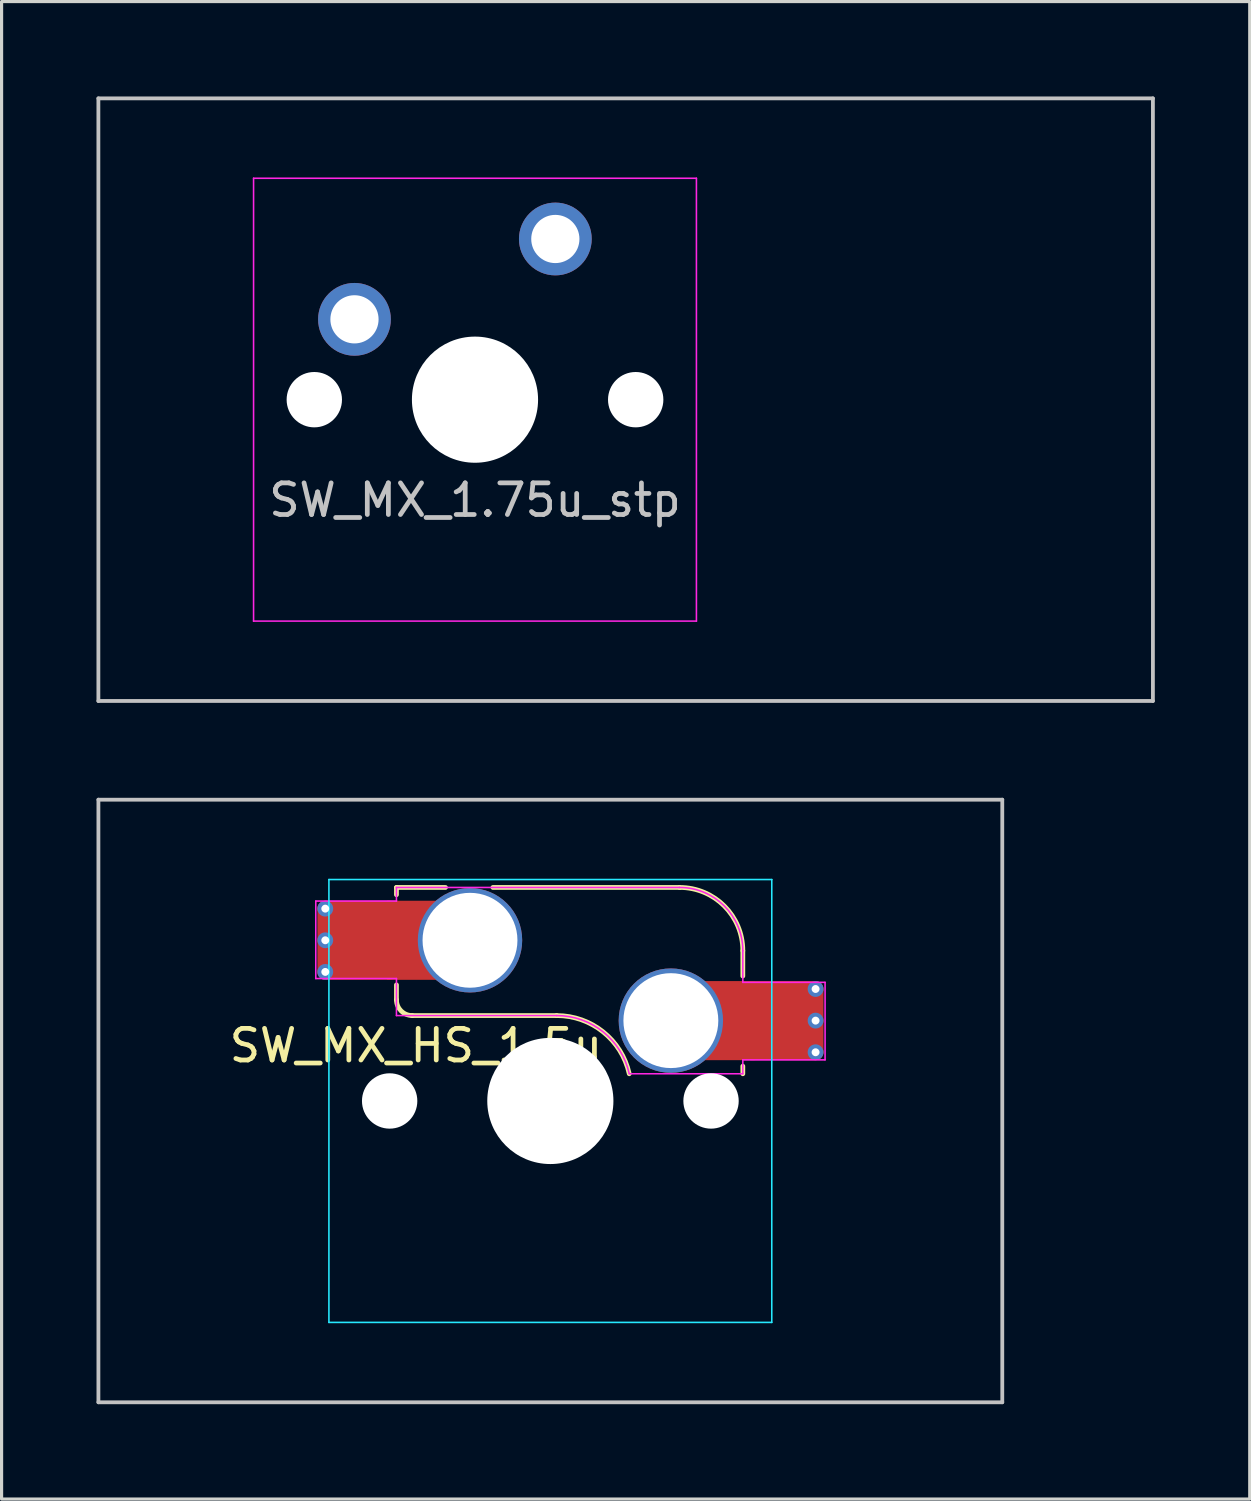
<source format=kicad_pcb>
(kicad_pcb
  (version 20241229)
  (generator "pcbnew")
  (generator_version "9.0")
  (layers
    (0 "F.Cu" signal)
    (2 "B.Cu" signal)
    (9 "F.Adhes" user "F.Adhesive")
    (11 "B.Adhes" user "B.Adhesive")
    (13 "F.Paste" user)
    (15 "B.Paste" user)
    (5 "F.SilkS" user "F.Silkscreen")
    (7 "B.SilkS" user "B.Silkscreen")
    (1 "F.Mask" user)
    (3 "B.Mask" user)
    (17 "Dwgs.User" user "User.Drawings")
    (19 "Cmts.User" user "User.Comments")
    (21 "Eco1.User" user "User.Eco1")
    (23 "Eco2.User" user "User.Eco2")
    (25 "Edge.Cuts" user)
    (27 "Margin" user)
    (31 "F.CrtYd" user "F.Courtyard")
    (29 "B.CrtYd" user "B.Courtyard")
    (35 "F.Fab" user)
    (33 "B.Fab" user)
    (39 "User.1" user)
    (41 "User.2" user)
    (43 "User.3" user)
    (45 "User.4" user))
  (footprint "SW_MX_1.75u_stp"
    (layer "F.Cu")
    (at 11.966 9.585)
    (property "Reference" "SW_MX_1.75u_stp" (at 0 3.175 0) (layer "Dwgs.User") (effects (font (size 1 1) (thickness 0.15))))
    (attr through_hole exclude_from_pos_files exclude_from_bom)
    (fp_line (start -11.906 -9.525) (end -11.906 9.525) (stroke (width 0.12) (type solid)) (layer "Dwgs.User"))
    (fp_line (start -11.906 9.525) (end 21.431 9.525) (stroke (width 0.12) (type solid)) (layer "Dwgs.User"))
    (fp_line (start 21.431 -9.525) (end -11.906 -9.525) (stroke (width 0.12) (type solid)) (layer "Dwgs.User"))
    (fp_line (start 21.431 9.525) (end 21.431 -9.525) (stroke (width 0.12) (type solid)) (layer "Dwgs.User"))
    (fp_line (start -7 6.5) (end -7 -6.5) (stroke (width 0.05) (type solid)) (layer "Eco2.User"))
    (fp_line (start -6.5 -7) (end 6.5 -7) (stroke (width 0.05) (type solid)) (layer "Eco2.User"))
    (fp_line (start 6.5 7) (end -6.5 7) (stroke (width 0.05) (type solid)) (layer "Eco2.User"))
    (fp_line (start 7 -6.5) (end 7 6.5) (stroke (width 0.05) (type solid)) (layer "Eco2.User"))
    (fp_arc (start -7 -6.5) (mid -6.853553 -6.853553) (end -6.5 -7) (stroke (width 0.05) (type solid)) (layer "Eco2.User"))
    (fp_arc (start -6.5 7) (mid -6.853553 6.853553) (end -7 6.5) (stroke (width 0.05) (type solid)) (layer "Eco2.User"))
    (fp_arc (start 6.5 -7) (mid 6.853553 -6.853553) (end 7 -6.5) (stroke (width 0.05) (type solid)) (layer "Eco2.User"))
    (fp_arc (start 6.997236 6.498884) (mid 6.850789 6.852437) (end 6.497236 6.998884) (stroke (width 0.05) (type solid)) (layer "Eco2.User"))
    (fp_line (start -7 -7) (end -7 7) (stroke (width 0.05) (type solid)) (layer "F.CrtYd"))
    (fp_line (start -7 7) (end 7 7) (stroke (width 0.05) (type solid)) (layer "F.CrtYd"))
    (fp_line (start 7 -7) (end -7 -7) (stroke (width 0.05) (type solid)) (layer "F.CrtYd"))
    (fp_line (start 7 7) (end 7 -7) (stroke (width 0.05) (type solid)) (layer "F.CrtYd"))
    (pad "" np_thru_hole circle (at -5.08 0) (size 1.75 1.75) (drill 1.75) (layers "*.Cu" "*.Mask"))
    (pad "" np_thru_hole circle (at 0 0) (size 3.988 3.988) (drill 3.988) (layers "*.Cu" "*.Mask"))
    (pad "" np_thru_hole circle (at 5.08 0) (size 1.75 1.75) (drill 1.75) (layers "*.Cu" "*.Mask"))
    (pad "1" thru_hole circle (at -3.81 -2.54) (size 2.3 2.3) (drill 1.524) (layers "*.Cu" "B.Mask"))
    (pad "2" thru_hole circle (at 2.54 -5.08) (size 2.3 2.3) (drill 1.524) (layers "*.Cu" "B.Mask")))
  (footprint "SW_MX_HS_1.5u"
    (layer "F.Cu")
    (at 14.348 31.755)
    (property "Reference" "SW_MX_HS_1.5u" (at -4.25 -1.75 0) (layer "F.SilkS") (effects (font (size 1 1) (thickness 0.15))))
    (attr smd)
    (fp_line (start -4.865 -6.75) (end -4.865 -6.52) (stroke (width 0.15) (type solid)) (layer "F.SilkS"))
    (fp_line (start -4.865 -3.67) (end -4.865 -3.2) (stroke (width 0.15) (type solid)) (layer "F.SilkS"))
    (fp_line (start -4.365 -2.7) (end 0.2 -2.7) (stroke (width 0.15) (type solid)) (layer "F.SilkS"))
    (fp_line (start -3.315 -6.75) (end -4.865 -6.75) (stroke (width 0.15) (type solid)) (layer "F.SilkS"))
    (fp_line (start 4.085 -6.75) (end -1.815 -6.75) (stroke (width 0.15) (type solid)) (layer "F.SilkS"))
    (fp_line (start 6.085 -3.95) (end 6.085 -4.75) (stroke (width 0.15) (type solid)) (layer "F.SilkS"))
    (fp_line (start 6.085 -1.1) (end 6.085 -0.86) (stroke (width 0.15) (type solid)) (layer "F.SilkS"))
    (fp_arc (start -4.364824 -2.70022) (mid -4.718377 -2.846667) (end -4.864824 -3.20022) (stroke (width 0.15) (type solid)) (layer "F.SilkS"))
    (fp_arc (start 0.2 -2.70022) (mid 1.670693 -2.183637) (end 2.494322 -0.86022) (stroke (width 0.15) (type solid)) (layer "F.SilkS"))
    (fp_arc (start 4.085176 -6.75022) (mid 5.49939 -6.164434) (end 6.085176 -4.75022) (stroke (width 0.15) (type solid)) (layer "F.SilkS"))
    (fp_line (start -14.287 -9.525) (end 14.287 -9.525) (stroke (width 0.12) (type solid)) (layer "Dwgs.User"))
    (fp_line (start -14.287 9.525) (end -14.287 -9.525) (stroke (width 0.12) (type solid)) (layer "Dwgs.User"))
    (fp_line (start 14.287 -9.525) (end 14.287 9.525) (stroke (width 0.12) (type solid)) (layer "Dwgs.User"))
    (fp_line (start 14.287 9.525) (end -14.287 9.525) (stroke (width 0.12) (type solid)) (layer "Dwgs.User"))
    (fp_line (start -7 -6.5) (end -7 6.5) (stroke (width 0.05) (type solid)) (layer "Eco2.User"))
    (fp_line (start -6.5 7) (end 6.5 7) (stroke (width 0.05) (type solid)) (layer "Eco2.User"))
    (fp_line (start 6.5 -7) (end -6.5 -7) (stroke (width 0.05) (type solid)) (layer "Eco2.User"))
    (fp_line (start 7 6.5) (end 7 -6.5) (stroke (width 0.05) (type solid)) (layer "Eco2.User"))
    (fp_arc (start -7 -6.5) (mid -6.853553 -6.853553) (end -6.5 -7) (stroke (width 0.05) (type solid)) (layer "Eco2.User"))
    (fp_arc (start -6.497236 6.998884) (mid -6.850789 6.852437) (end -6.997236 6.498884) (stroke (width 0.05) (type solid)) (layer "Eco2.User"))
    (fp_arc (start 6.5 -7) (mid 6.853553 -6.853553) (end 7 -6.5) (stroke (width 0.05) (type solid)) (layer "Eco2.User"))
    (fp_arc (start 7 6.5) (mid 6.853553 6.853553) (end 6.5 7) (stroke (width 0.05) (type solid)) (layer "Eco2.User"))
    (fp_line (start -7 -7) (end 7 -7) (stroke (width 0.05) (type solid)) (layer "B.CrtYd"))
    (fp_line (start -7 7) (end -7 -7) (stroke (width 0.05) (type solid)) (layer "B.CrtYd"))
    (fp_line (start 7 -7) (end 7 7) (stroke (width 0.05) (type solid)) (layer "B.CrtYd"))
    (fp_line (start 7 7) (end -7 7) (stroke (width 0.05) (type solid)) (layer "B.CrtYd"))
    (fp_line (start -7.415 -6.32) (end -4.865 -6.32) (stroke (width 0.05) (type solid)) (layer "F.CrtYd"))
    (fp_line (start -7.415 -3.87) (end -7.415 -6.32) (stroke (width 0.05) (type solid)) (layer "F.CrtYd"))
    (fp_line (start -4.865 -6.75) (end -4.865 -6.32) (stroke (width 0.05) (type solid)) (layer "F.CrtYd"))
    (fp_line (start -4.865 -3.87) (end -7.415 -3.87) (stroke (width 0.05) (type solid)) (layer "F.CrtYd"))
    (fp_line (start -4.865 -3.87) (end -4.865 -2.7) (stroke (width 0.05) (type solid)) (layer "F.CrtYd"))
    (fp_line (start -4.865 -2.7) (end 0.2 -2.7) (stroke (width 0.05) (type solid)) (layer "F.CrtYd"))
    (fp_line (start 4.085 -6.75) (end -4.865 -6.75) (stroke (width 0.05) (type solid)) (layer "F.CrtYd"))
    (fp_line (start 6.085 -3.75) (end 6.085 -4.75) (stroke (width 0.05) (type solid)) (layer "F.CrtYd"))
    (fp_line (start 6.085 -3.75) (end 8.685 -3.75) (stroke (width 0.05) (type solid)) (layer "F.CrtYd"))
    (fp_line (start 6.085 -1.3) (end 6.085 -0.86) (stroke (width 0.05) (type solid)) (layer "F.CrtYd"))
    (fp_line (start 6.085 -0.86) (end 2.494 -0.86) (stroke (width 0.05) (type solid)) (layer "F.CrtYd"))
    (fp_line (start 8.685 -3.75) (end 8.685 -1.3) (stroke (width 0.05) (type solid)) (layer "F.CrtYd"))
    (fp_line (start 8.685 -1.3) (end 6.085 -1.3) (stroke (width 0.05) (type solid)) (layer "F.CrtYd"))
    (fp_arc (start 0.2 -2.70022) (mid 1.670503 -2.183399) (end 2.494322 -0.86022) (stroke (width 0.05) (type solid)) (layer "F.CrtYd"))
    (fp_arc (start 4.085176 -6.75022) (mid 5.49939 -6.164434) (end 6.085176 -4.75022) (stroke (width 0.05) (type solid)) (layer "F.CrtYd"))
    (pad "" np_thru_hole circle (at -5.08 0) (size 1.75 1.75) (drill 1.75) (layers "*.Cu" "*.Mask"))
    (pad "" np_thru_hole circle (at 0 0) (size 3.988 3.988) (drill 3.988) (layers "*.Cu" "*.Mask"))
    (pad "" np_thru_hole circle (at 5.08 0) (size 1.75 1.75) (drill 1.75) (layers "*.Cu" "*.Mask"))
    (pad "1" thru_hole circle (at 3.81 -2.54) (size 3.3 3.3) (drill 3) (layers "*.Cu" "*.Mask"))
    (pad "1" smd rect (at 5.635 -2.54 180) (size 1.65 2.5) (layers "F.Cu"))
    (pad "1" smd roundrect (at 7.36 -2.54) (size 2.55 2.5) (layers "F.Cu" "F.Mask" "F.Paste") (roundrect_rratio 0.1))
    (pad "1" thru_hole circle (at 8.385 -3.54) (size 0.5 0.5) (drill 0.25) (layers "*.Cu"))
    (pad "1" thru_hole circle (at 8.385 -2.54) (size 0.5 0.5) (drill 0.25) (layers "*.Cu"))
    (pad "1" thru_hole circle (at 8.385 -1.54) (size 0.5 0.5) (drill 0.25) (layers "*.Cu"))
    (pad "2" thru_hole circle (at -7.115 -6.08) (size 0.5 0.5) (drill 0.25) (layers "*.Cu"))
    (pad "2" thru_hole circle (at -7.115 -5.08) (size 0.5 0.5) (drill 0.25) (layers "*.Cu"))
    (pad "2" thru_hole circle (at -7.115 -4.08) (size 0.5 0.5) (drill 0.25) (layers "*.Cu"))
    (pad "2" smd roundrect (at -6.09 -5.08) (size 2.55 2.5) (layers "F.Cu" "F.Mask" "F.Paste") (roundrect_rratio 0.1))
    (pad "2" smd rect (at -4.34 -5.08) (size 1.65 2.5) (layers "F.Cu"))
    (pad "2" thru_hole circle (at -2.54 -5.08) (size 3.3 3.3) (drill 3) (layers "*.Cu" "*.Mask")))
  (gr_rect
    (start -3 -3)
    (end 36.458 44.34)
    (stroke (width 0.1) (type default))
    (fill no)
    (layer "Edge.Cuts")))
</source>
